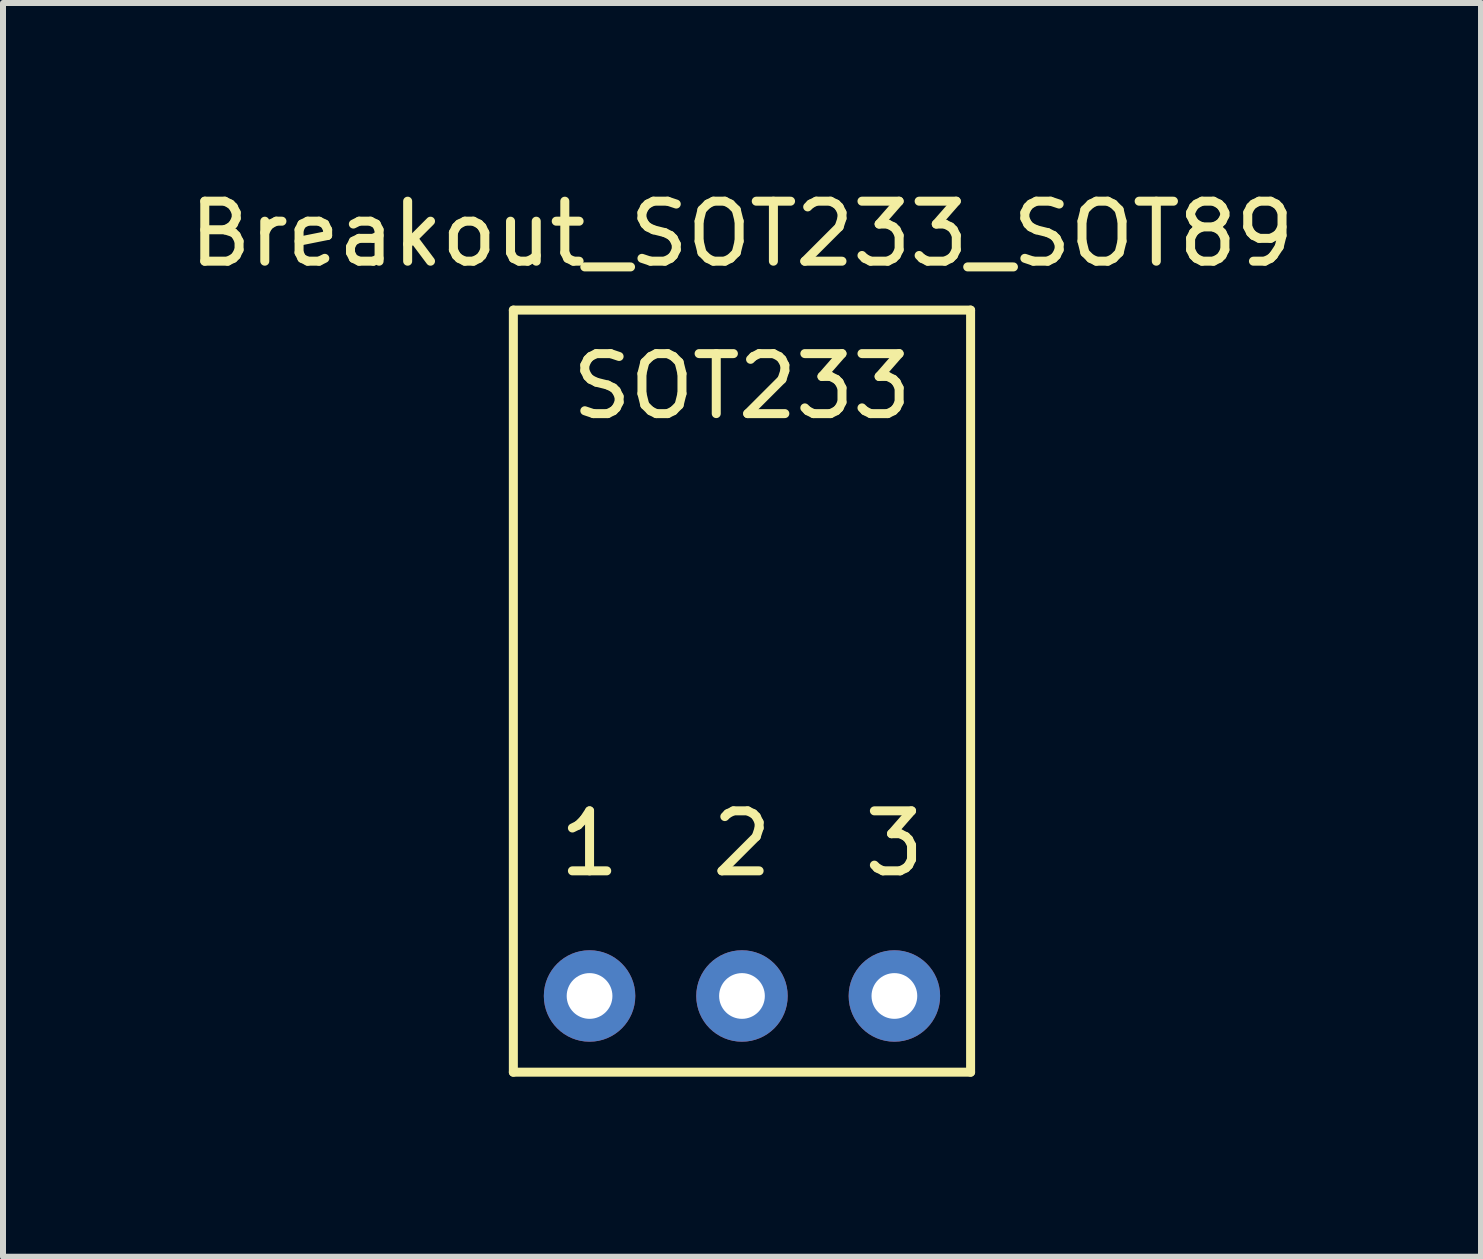
<source format=kicad_pcb>
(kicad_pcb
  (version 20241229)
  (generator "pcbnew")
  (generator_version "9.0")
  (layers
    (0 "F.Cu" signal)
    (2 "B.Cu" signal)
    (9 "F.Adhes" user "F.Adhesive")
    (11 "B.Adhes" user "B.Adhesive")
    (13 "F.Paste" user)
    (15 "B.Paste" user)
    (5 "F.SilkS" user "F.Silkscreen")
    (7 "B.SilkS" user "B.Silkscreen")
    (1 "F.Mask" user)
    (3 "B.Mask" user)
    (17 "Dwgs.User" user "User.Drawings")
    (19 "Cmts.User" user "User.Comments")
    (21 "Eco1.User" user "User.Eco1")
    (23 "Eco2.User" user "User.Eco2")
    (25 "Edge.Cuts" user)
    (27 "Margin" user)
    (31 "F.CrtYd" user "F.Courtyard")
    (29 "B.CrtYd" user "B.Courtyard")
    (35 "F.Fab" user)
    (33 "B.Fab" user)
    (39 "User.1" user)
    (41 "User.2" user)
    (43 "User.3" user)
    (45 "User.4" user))
  (footprint "Breakout_SOT233_SOT89"
    (layer "F.Cu")
    (at 9.315 11.008)
    (property "Reference" "Breakout_SOT233_SOT89" (at 0 -10.16 0) (layer "F.SilkS") (effects (font (size 1 1) (thickness 0.15))))
    (attr through_hole)
    (fp_line (start -3.81 -8.89) (end -3.81 3.81) (stroke (width 0.15) (type solid)) (layer "F.SilkS"))
    (fp_line (start -3.81 3.81) (end 3.81 3.81) (stroke (width 0.15) (type solid)) (layer "F.SilkS"))
    (fp_line (start 3.81 -8.89) (end -3.81 -8.89) (stroke (width 0.15) (type solid)) (layer "F.SilkS"))
    (fp_line (start 3.81 3.81) (end 3.81 -8.89) (stroke (width 0.15) (type solid)) (layer "F.SilkS"))
    (fp_text user "2" (at 0 0 0) (layer "F.SilkS") (effects (font (size 1 1) (thickness 0.15))))
    (fp_text user "SOT233" (at 0 -7.62 0) (layer "F.SilkS") (effects (font (size 1 1) (thickness 0.15))))
    (fp_text user "3" (at 2.54 0 0) (layer "F.SilkS") (effects (font (size 1 1) (thickness 0.15))))
    (fp_text user "1" (at -2.54 0 0) (layer "F.SilkS") (effects (font (size 1 1) (thickness 0.15))))
    (pad "1" thru_hole circle (at -2.54 2.54) (size 1.524 1.524) (drill 0.762) (layers "*.Cu" "*.Mask"))
    (pad "2" thru_hole circle (at 0 2.54) (size 1.524 1.524) (drill 0.762) (layers "*.Cu" "*.Mask"))
    (pad "3" thru_hole circle (at 2.54 2.54) (size 1.524 1.524) (drill 0.762) (layers "*.Cu" "*.Mask")))
  (gr_rect
    (start -3 -3)
    (end 21.631 17.893)
    (stroke (width 0.1) (type default))
    (fill no)
    (layer "Edge.Cuts")))
</source>
